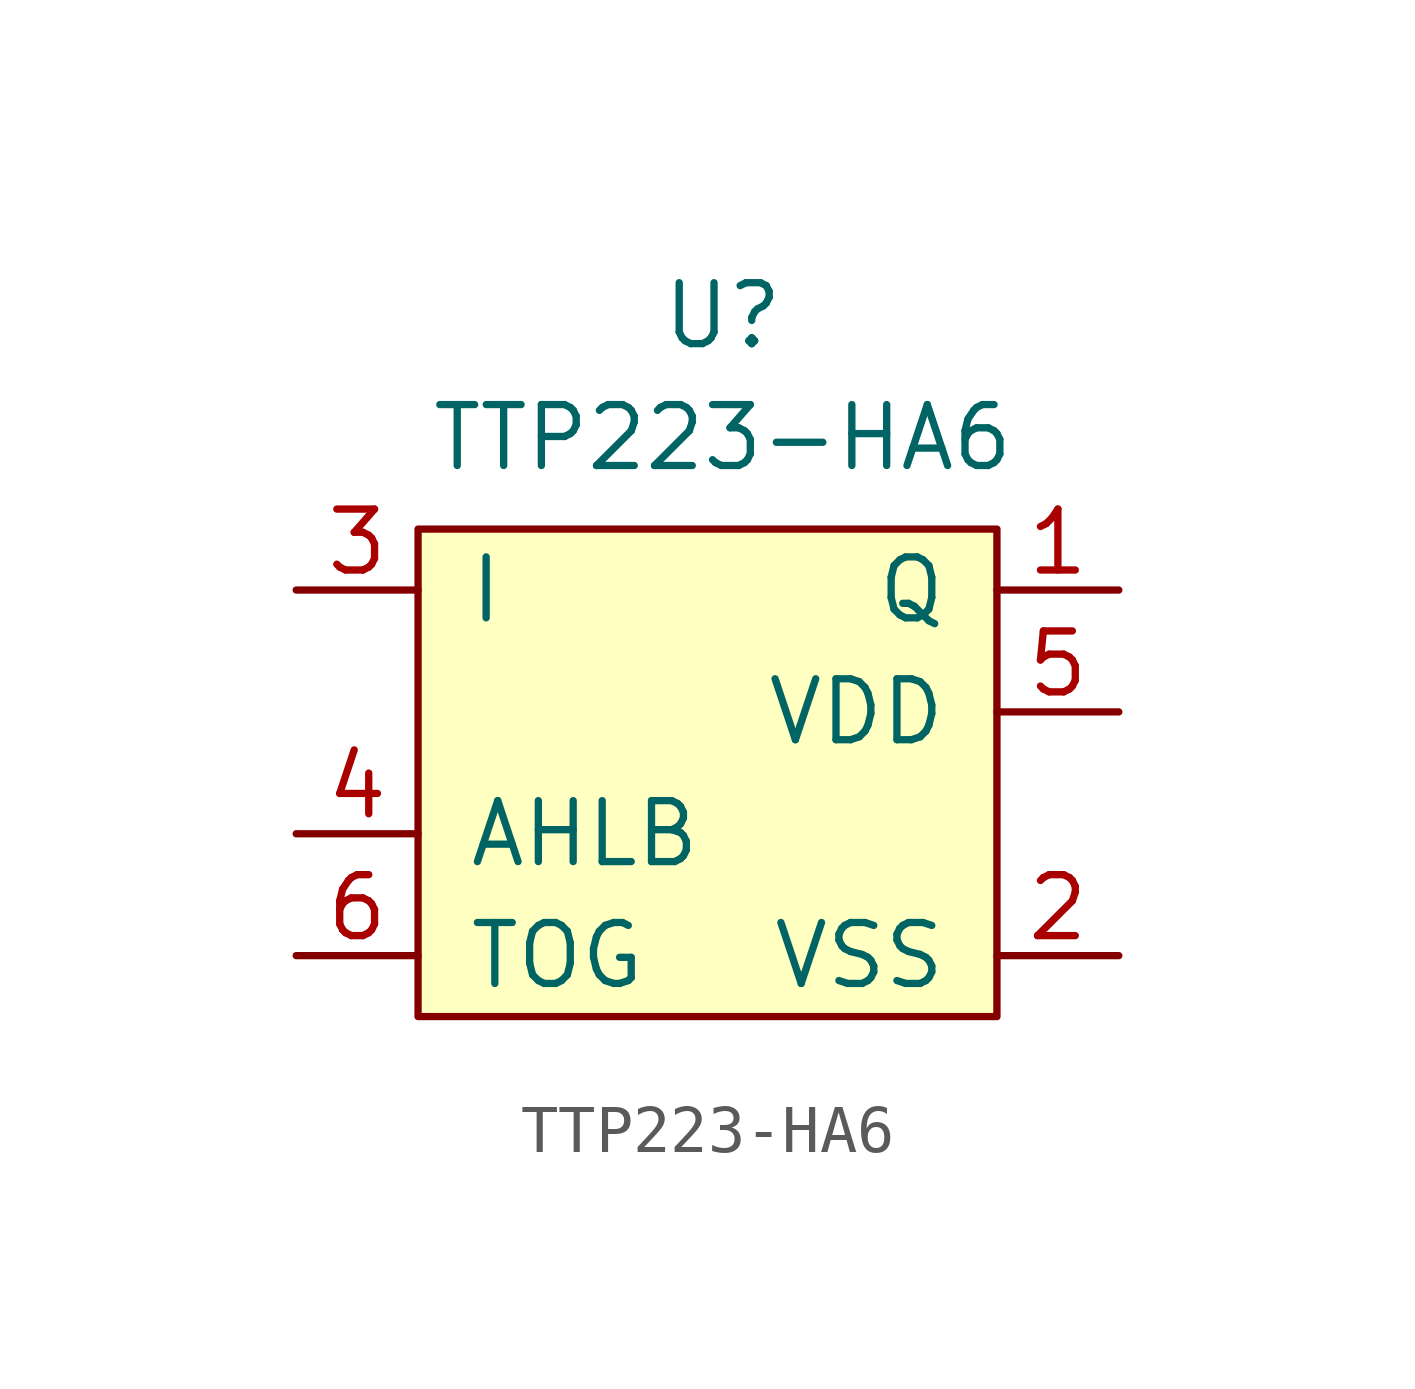
<source format=kicad_sym>
(kicad_symbol_lib
  (version 20211014)
  (generator kicad_symbol_editor)
  (symbol "TTP223-HA6"
    (pin_names
      (offset 1.016))
    (property "Reference" "U"
      (at 0 8.89 0)
      (effects (font (size 1.27 1.27))))
    (property "Value" "TTP223-HA6"
      (at 0 6.35 0)
      (effects (font (size 1.27 1.27))))
    (symbol "TTP223-HA6_0_1"
      (rectangle (start -6.35 4.445) (end 5.715 -5.715) (stroke (width 0) (type default) (color 0 0 0 0)) (fill (type background))))
    (symbol "TTP223-HA6_1_1"
      (pin output line (at 8.255 3.175 180) (length 2.54) (name "Q" (effects (font (size 1.27 1.27)))) (number "1" (effects (font (size 1.27 1.27)))))
      (pin passive line (at 8.255 -4.445 180) (length 2.54) (name "VSS" (effects (font (size 1.27 1.27)))) (number "2" (effects (font (size 1.27 1.27)))))
      (pin input line (at -8.89 3.175 0) (length 2.54) (name "I" (effects (font (size 1.27 1.27)))) (number "3" (effects (font (size 1.27 1.27)))))
      (pin input line (at -8.89 -1.905 0) (length 2.54) (name "AHLB" (effects (font (size 1.27 1.27)))) (number "4" (effects (font (size 1.27 1.27)))))
      (pin power_in line (at 8.255 0.635 180) (length 2.54) (name "VDD" (effects (font (size 1.27 1.27)))) (number "5" (effects (font (size 1.27 1.27)))))
      (pin input line (at -8.89 -4.445 0) (length 2.54) (name "TOG" (effects (font (size 1.27 1.27)))) (number "6" (effects (font (size 1.27 1.27))))))))
</source>
